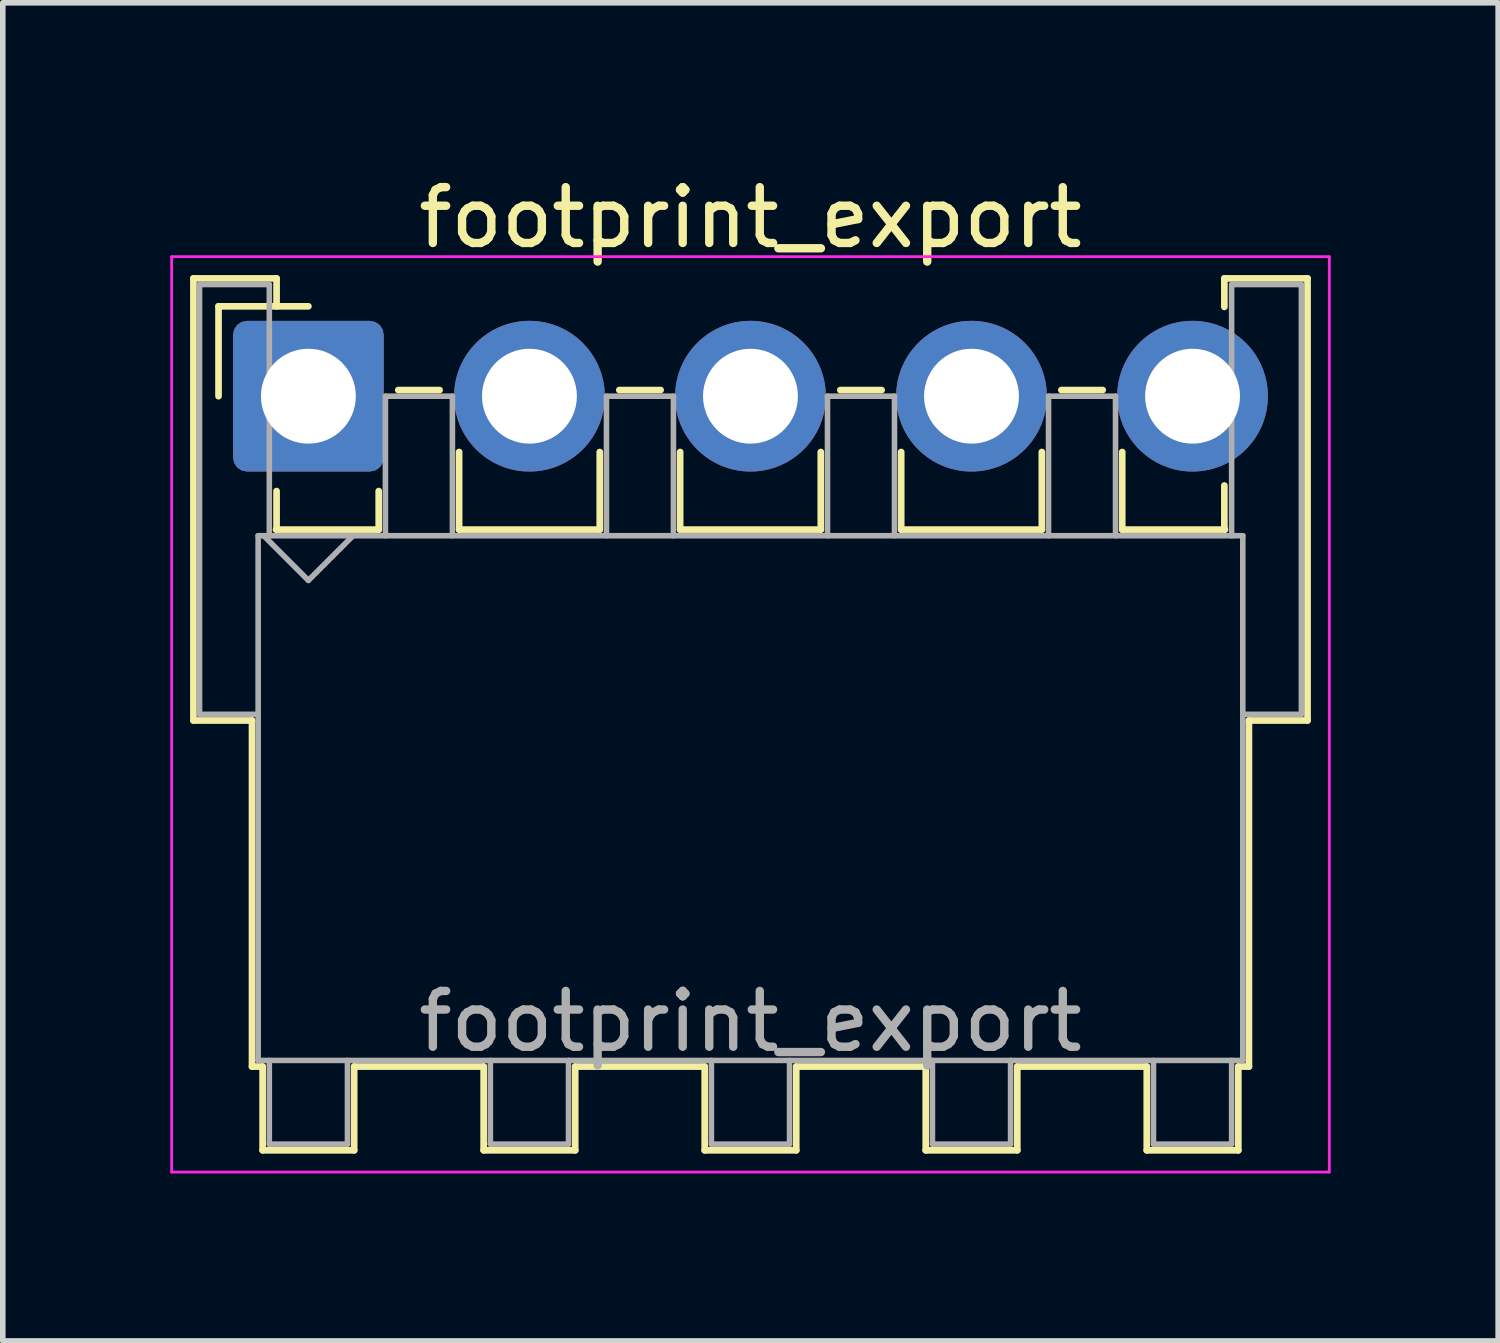
<source format=kicad_pcb>
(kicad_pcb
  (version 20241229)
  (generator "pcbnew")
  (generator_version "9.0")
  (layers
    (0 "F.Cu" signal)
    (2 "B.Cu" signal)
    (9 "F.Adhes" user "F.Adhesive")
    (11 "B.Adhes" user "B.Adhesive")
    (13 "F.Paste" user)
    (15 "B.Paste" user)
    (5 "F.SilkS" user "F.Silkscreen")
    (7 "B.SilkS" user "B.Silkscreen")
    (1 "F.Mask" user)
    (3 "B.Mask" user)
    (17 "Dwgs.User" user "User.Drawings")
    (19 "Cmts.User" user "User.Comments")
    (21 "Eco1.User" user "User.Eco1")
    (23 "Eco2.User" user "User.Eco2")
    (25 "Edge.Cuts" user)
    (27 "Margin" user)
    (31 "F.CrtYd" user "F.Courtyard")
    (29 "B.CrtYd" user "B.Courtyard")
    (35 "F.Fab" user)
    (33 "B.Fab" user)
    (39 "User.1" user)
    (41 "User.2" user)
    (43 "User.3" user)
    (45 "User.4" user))
  (footprint "footprint_export"
    (layer "F.Cu")
    (at 2.475 4.048)
    (property "Reference" "footprint_export" (at 7.92 -3.2 0) (layer "F.SilkS") (effects (font (size 1 1) (thickness 0.15))))
    (attr through_hole)
    (fp_line (start -2.06 -2.11) (end -0.57 -2.11) (stroke (width 0.12) (type solid)) (layer "F.SilkS"))
    (fp_line (start -2.06 5.81) (end -2.06 -2.11) (stroke (width 0.12) (type solid)) (layer "F.SilkS"))
    (fp_line (start -1.61 -1.61) (end -1.61 0) (stroke (width 0.12) (type solid)) (layer "F.SilkS"))
    (fp_line (start -1.01 5.81) (end -2.06 5.81) (stroke (width 0.12) (type solid)) (layer "F.SilkS"))
    (fp_line (start -1.01 5.81) (end -1.01 12.01) (stroke (width 0.12) (type solid)) (layer "F.SilkS"))
    (fp_line (start -1.01 12.01) (end -0.82 12.01) (stroke (width 0.12) (type solid)) (layer "F.SilkS"))
    (fp_line (start -0.82 12.01) (end -0.82 13.51) (stroke (width 0.12) (type solid)) (layer "F.SilkS"))
    (fp_line (start -0.82 13.51) (end 0.82 13.51) (stroke (width 0.12) (type solid)) (layer "F.SilkS"))
    (fp_line (start -0.58 2.39) (end 1.26 2.39) (stroke (width 0.12) (type solid)) (layer "F.SilkS"))
    (fp_line (start -0.57 -2.11) (end -0.57 -1.61) (stroke (width 0.12) (type solid)) (layer "F.SilkS"))
    (fp_line (start -0.57 1.7) (end -0.57 2.39) (stroke (width 0.12) (type solid)) (layer "F.SilkS"))
    (fp_line (start 0 -1.61) (end -1.61 -1.61) (stroke (width 0.12) (type solid)) (layer "F.SilkS"))
    (fp_line (start 0.82 12.01) (end 3.14 12.01) (stroke (width 0.12) (type solid)) (layer "F.SilkS"))
    (fp_line (start 0.82 13.51) (end 0.82 12.01) (stroke (width 0.12) (type solid)) (layer "F.SilkS"))
    (fp_line (start 1.26 2.39) (end 1.26 1.7) (stroke (width 0.12) (type solid)) (layer "F.SilkS"))
    (fp_line (start 1.61 -0.11) (end 2.35 -0.11) (stroke (width 0.12) (type solid)) (layer "F.SilkS"))
    (fp_line (start 2.7 1) (end 2.7 2.39) (stroke (width 0.12) (type solid)) (layer "F.SilkS"))
    (fp_line (start 2.7 2.39) (end 5.22 2.39) (stroke (width 0.12) (type solid)) (layer "F.SilkS"))
    (fp_line (start 3.14 12.01) (end 3.14 13.51) (stroke (width 0.12) (type solid)) (layer "F.SilkS"))
    (fp_line (start 3.14 13.51) (end 4.78 13.51) (stroke (width 0.12) (type solid)) (layer "F.SilkS"))
    (fp_line (start 4.78 12.01) (end 7.1 12.01) (stroke (width 0.12) (type solid)) (layer "F.SilkS"))
    (fp_line (start 4.78 13.51) (end 4.78 12.01) (stroke (width 0.12) (type solid)) (layer "F.SilkS"))
    (fp_line (start 5.22 2.39) (end 5.22 1) (stroke (width 0.12) (type solid)) (layer "F.SilkS"))
    (fp_line (start 5.57 -0.11) (end 6.31 -0.11) (stroke (width 0.12) (type solid)) (layer "F.SilkS"))
    (fp_line (start 6.66 1) (end 6.66 2.39) (stroke (width 0.12) (type solid)) (layer "F.SilkS"))
    (fp_line (start 6.66 2.39) (end 9.18 2.39) (stroke (width 0.12) (type solid)) (layer "F.SilkS"))
    (fp_line (start 7.1 12.01) (end 7.1 13.51) (stroke (width 0.12) (type solid)) (layer "F.SilkS"))
    (fp_line (start 7.1 13.51) (end 8.74 13.51) (stroke (width 0.12) (type solid)) (layer "F.SilkS"))
    (fp_line (start 8.74 12.01) (end 11.06 12.01) (stroke (width 0.12) (type solid)) (layer "F.SilkS"))
    (fp_line (start 8.74 13.51) (end 8.74 12.01) (stroke (width 0.12) (type solid)) (layer "F.SilkS"))
    (fp_line (start 9.18 2.39) (end 9.18 1) (stroke (width 0.12) (type solid)) (layer "F.SilkS"))
    (fp_line (start 9.53 -0.11) (end 10.27 -0.11) (stroke (width 0.12) (type solid)) (layer "F.SilkS"))
    (fp_line (start 10.62 1) (end 10.62 2.39) (stroke (width 0.12) (type solid)) (layer "F.SilkS"))
    (fp_line (start 10.62 2.39) (end 13.14 2.39) (stroke (width 0.12) (type solid)) (layer "F.SilkS"))
    (fp_line (start 11.06 12.01) (end 11.06 13.51) (stroke (width 0.12) (type solid)) (layer "F.SilkS"))
    (fp_line (start 11.06 13.51) (end 12.7 13.51) (stroke (width 0.12) (type solid)) (layer "F.SilkS"))
    (fp_line (start 12.7 12.01) (end 15.02 12.01) (stroke (width 0.12) (type solid)) (layer "F.SilkS"))
    (fp_line (start 12.7 13.51) (end 12.7 12.01) (stroke (width 0.12) (type solid)) (layer "F.SilkS"))
    (fp_line (start 13.14 2.39) (end 13.14 1) (stroke (width 0.12) (type solid)) (layer "F.SilkS"))
    (fp_line (start 13.49 -0.11) (end 14.23 -0.11) (stroke (width 0.12) (type solid)) (layer "F.SilkS"))
    (fp_line (start 14.58 1) (end 14.58 2.39) (stroke (width 0.12) (type solid)) (layer "F.SilkS"))
    (fp_line (start 14.58 2.39) (end 16.42 2.39) (stroke (width 0.12) (type solid)) (layer "F.SilkS"))
    (fp_line (start 15.02 12.01) (end 15.02 13.51) (stroke (width 0.12) (type solid)) (layer "F.SilkS"))
    (fp_line (start 15.02 13.51) (end 16.66 13.51) (stroke (width 0.12) (type solid)) (layer "F.SilkS"))
    (fp_line (start 16.41 -2.11) (end 17.9 -2.11) (stroke (width 0.12) (type solid)) (layer "F.SilkS"))
    (fp_line (start 16.41 -1.6) (end 16.41 -2.11) (stroke (width 0.12) (type solid)) (layer "F.SilkS"))
    (fp_line (start 16.41 2.39) (end 16.41 1.6) (stroke (width 0.12) (type solid)) (layer "F.SilkS"))
    (fp_line (start 16.66 12.01) (end 16.85 12.01) (stroke (width 0.12) (type solid)) (layer "F.SilkS"))
    (fp_line (start 16.66 13.51) (end 16.66 12.01) (stroke (width 0.12) (type solid)) (layer "F.SilkS"))
    (fp_line (start 16.85 12.01) (end 16.85 5.81) (stroke (width 0.12) (type solid)) (layer "F.SilkS"))
    (fp_line (start 17.9 -2.11) (end 17.9 5.81) (stroke (width 0.12) (type solid)) (layer "F.SilkS"))
    (fp_line (start 17.9 5.81) (end 16.85 5.81) (stroke (width 0.12) (type solid)) (layer "F.SilkS"))
    (fp_line (start -2.45 -2.5) (end -2.45 13.9) (stroke (width 0.05) (type solid)) (layer "F.CrtYd"))
    (fp_line (start -2.45 13.9) (end 18.29 13.9) (stroke (width 0.05) (type solid)) (layer "F.CrtYd"))
    (fp_line (start 18.29 -2.5) (end -2.45 -2.5) (stroke (width 0.05) (type solid)) (layer "F.CrtYd"))
    (fp_line (start 18.29 13.9) (end 18.29 -2.5) (stroke (width 0.05) (type solid)) (layer "F.CrtYd"))
    (fp_line (start -1.95 -2) (end -0.7 -2) (stroke (width 0.1) (type solid)) (layer "F.Fab"))
    (fp_line (start -1.95 5.7) (end -1.95 -2) (stroke (width 0.1) (type solid)) (layer "F.Fab"))
    (fp_line (start -0.9 2.5) (end -0.9 11.9) (stroke (width 0.1) (type solid)) (layer "F.Fab"))
    (fp_line (start -0.9 5.7) (end -1.95 5.7) (stroke (width 0.1) (type solid)) (layer "F.Fab"))
    (fp_line (start -0.9 11.9) (end 16.74 11.9) (stroke (width 0.1) (type solid)) (layer "F.Fab"))
    (fp_line (start -0.8 2.5) (end 0 3.3) (stroke (width 0.1) (type solid)) (layer "F.Fab"))
    (fp_line (start -0.7 -2) (end -0.7 2.5) (stroke (width 0.1) (type solid)) (layer "F.Fab"))
    (fp_line (start -0.7 11.9) (end -0.7 13.4) (stroke (width 0.1) (type solid)) (layer "F.Fab"))
    (fp_line (start -0.7 13.4) (end 0.7 13.4) (stroke (width 0.1) (type solid)) (layer "F.Fab"))
    (fp_line (start 0 3.3) (end 0.8 2.5) (stroke (width 0.1) (type solid)) (layer "F.Fab"))
    (fp_line (start 0.7 13.4) (end 0.7 11.9) (stroke (width 0.1) (type solid)) (layer "F.Fab"))
    (fp_line (start 1.38 0) (end 2.58 0) (stroke (width 0.1) (type solid)) (layer "F.Fab"))
    (fp_line (start 1.38 2.5) (end 1.38 0) (stroke (width 0.1) (type solid)) (layer "F.Fab"))
    (fp_line (start 2.58 0) (end 2.58 2.5) (stroke (width 0.1) (type solid)) (layer "F.Fab"))
    (fp_line (start 3.26 11.9) (end 3.26 13.4) (stroke (width 0.1) (type solid)) (layer "F.Fab"))
    (fp_line (start 3.26 13.4) (end 4.66 13.4) (stroke (width 0.1) (type solid)) (layer "F.Fab"))
    (fp_line (start 4.66 13.4) (end 4.66 11.9) (stroke (width 0.1) (type solid)) (layer "F.Fab"))
    (fp_line (start 5.34 0) (end 6.54 0) (stroke (width 0.1) (type solid)) (layer "F.Fab"))
    (fp_line (start 5.34 2.5) (end 5.34 0) (stroke (width 0.1) (type solid)) (layer "F.Fab"))
    (fp_line (start 6.54 0) (end 6.54 2.5) (stroke (width 0.1) (type solid)) (layer "F.Fab"))
    (fp_line (start 7.22 11.9) (end 7.22 13.4) (stroke (width 0.1) (type solid)) (layer "F.Fab"))
    (fp_line (start 7.22 13.4) (end 8.62 13.4) (stroke (width 0.1) (type solid)) (layer "F.Fab"))
    (fp_line (start 8.62 13.4) (end 8.62 11.9) (stroke (width 0.1) (type solid)) (layer "F.Fab"))
    (fp_line (start 9.3 0) (end 10.5 0) (stroke (width 0.1) (type solid)) (layer "F.Fab"))
    (fp_line (start 9.3 2.5) (end 9.3 0) (stroke (width 0.1) (type solid)) (layer "F.Fab"))
    (fp_line (start 10.5 0) (end 10.5 2.5) (stroke (width 0.1) (type solid)) (layer "F.Fab"))
    (fp_line (start 11.18 11.9) (end 11.18 13.4) (stroke (width 0.1) (type solid)) (layer "F.Fab"))
    (fp_line (start 11.18 13.4) (end 12.58 13.4) (stroke (width 0.1) (type solid)) (layer "F.Fab"))
    (fp_line (start 12.58 13.4) (end 12.58 11.9) (stroke (width 0.1) (type solid)) (layer "F.Fab"))
    (fp_line (start 13.26 0) (end 14.46 0) (stroke (width 0.1) (type solid)) (layer "F.Fab"))
    (fp_line (start 13.26 2.5) (end 13.26 0) (stroke (width 0.1) (type solid)) (layer "F.Fab"))
    (fp_line (start 14.46 0) (end 14.46 2.5) (stroke (width 0.1) (type solid)) (layer "F.Fab"))
    (fp_line (start 15.14 11.9) (end 15.14 13.4) (stroke (width 0.1) (type solid)) (layer "F.Fab"))
    (fp_line (start 15.14 13.4) (end 16.54 13.4) (stroke (width 0.1) (type solid)) (layer "F.Fab"))
    (fp_line (start 16.54 -2) (end 17.79 -2) (stroke (width 0.1) (type solid)) (layer "F.Fab"))
    (fp_line (start 16.54 2.5) (end 16.54 -2) (stroke (width 0.1) (type solid)) (layer "F.Fab"))
    (fp_line (start 16.54 13.4) (end 16.54 11.9) (stroke (width 0.1) (type solid)) (layer "F.Fab"))
    (fp_line (start 16.74 2.5) (end -0.9 2.5) (stroke (width 0.1) (type solid)) (layer "F.Fab"))
    (fp_line (start 16.74 11.9) (end 16.74 2.5) (stroke (width 0.1) (type solid)) (layer "F.Fab"))
    (fp_line (start 17.79 -2) (end 17.79 5.7) (stroke (width 0.1) (type solid)) (layer "F.Fab"))
    (fp_line (start 17.79 5.7) (end 16.74 5.7) (stroke (width 0.1) (type solid)) (layer "F.Fab"))
    (fp_text user "${REFERENCE}" (at 7.92 11.2 0) (layer "F.Fab") (effects (font (size 1 1) (thickness 0.15))))
    (pad "1" thru_hole roundrect (at 0 0) (size 2.7 2.7) (drill 1.7) (layers "*.Cu" "*.Mask") (roundrect_rratio 0.093))
    (pad "2" thru_hole circle (at 3.96 0) (size 2.7 2.7) (drill 1.7) (layers "*.Cu" "*.Mask"))
    (pad "3" thru_hole circle (at 7.92 0) (size 2.7 2.7) (drill 1.7) (layers "*.Cu" "*.Mask"))
    (pad "4" thru_hole circle (at 11.88 0) (size 2.7 2.7) (drill 1.7) (layers "*.Cu" "*.Mask"))
    (pad "5" thru_hole circle (at 15.84 0) (size 2.7 2.7) (drill 1.7) (layers "*.Cu" "*.Mask")))
  (gr_rect
    (start -3 -3)
    (end 23.79 20.973)
    (stroke (width 0.1) (type default))
    (fill no)
    (layer "Edge.Cuts")))
</source>
